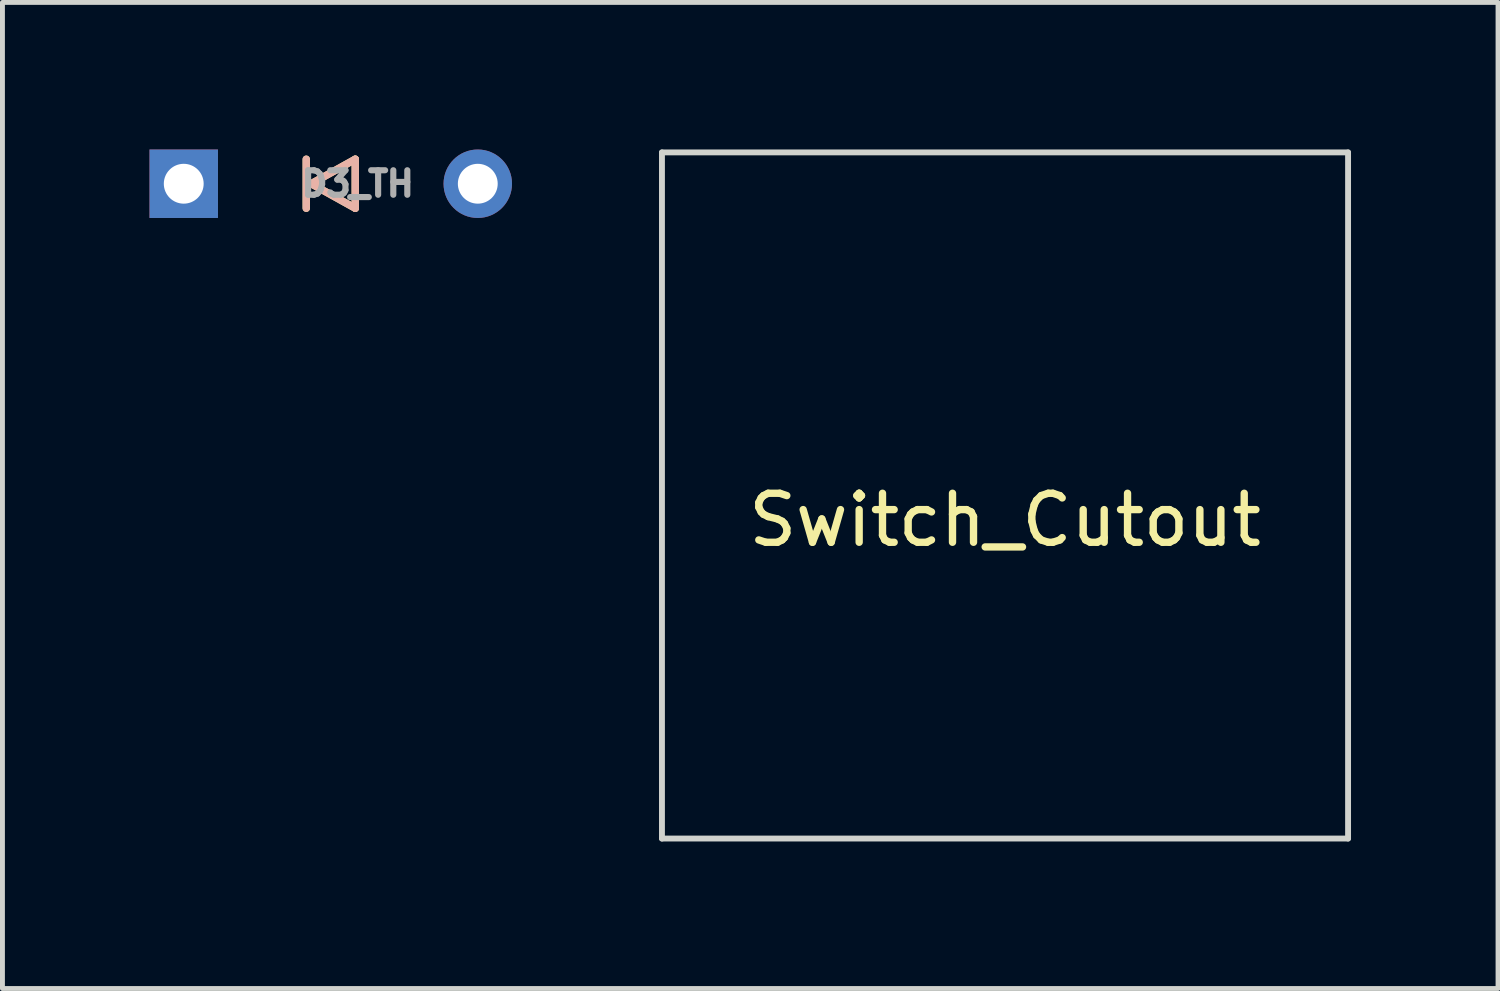
<source format=kicad_pcb>
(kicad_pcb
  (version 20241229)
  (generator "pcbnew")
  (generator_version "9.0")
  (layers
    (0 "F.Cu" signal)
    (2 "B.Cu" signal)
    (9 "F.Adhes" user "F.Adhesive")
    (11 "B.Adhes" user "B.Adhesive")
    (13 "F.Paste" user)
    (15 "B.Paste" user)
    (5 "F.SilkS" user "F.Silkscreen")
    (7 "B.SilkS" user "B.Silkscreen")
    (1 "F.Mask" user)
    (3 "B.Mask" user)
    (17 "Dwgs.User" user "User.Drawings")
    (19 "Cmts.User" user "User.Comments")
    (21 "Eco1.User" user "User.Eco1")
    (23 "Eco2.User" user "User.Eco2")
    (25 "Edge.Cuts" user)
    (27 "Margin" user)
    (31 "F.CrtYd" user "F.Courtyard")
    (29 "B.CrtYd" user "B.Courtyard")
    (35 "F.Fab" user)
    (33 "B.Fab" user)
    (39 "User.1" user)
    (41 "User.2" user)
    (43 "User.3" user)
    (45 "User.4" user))
  (footprint "D3_TH"
    (layer "F.Cu")
    (at 3.699 0.699)
    (property "Reference" "D3_TH" (at 0.55 0 0) (layer "F.Fab") (effects (font (size 0.5 0.5) (thickness 0.125))))
    (attr through_hole)
    (fp_line (start -0.5 -0.5) (end -0.5 0.5) (stroke (width 0.15) (type solid)) (layer "F.SilkS"))
    (fp_line (start -0.4 0) (end 0.5 -0.5) (stroke (width 0.15) (type solid)) (layer "F.SilkS"))
    (fp_line (start 0.5 -0.5) (end 0.5 0.5) (stroke (width 0.15) (type solid)) (layer "F.SilkS"))
    (fp_line (start 0.5 0.5) (end -0.4 0) (stroke (width 0.15) (type solid)) (layer "F.SilkS"))
    (fp_line (start -0.5 -0.5) (end -0.5 0.5) (stroke (width 0.15) (type solid)) (layer "B.SilkS"))
    (fp_line (start -0.4 0) (end 0.5 -0.5) (stroke (width 0.15) (type solid)) (layer "B.SilkS"))
    (fp_line (start 0.5 -0.5) (end 0.5 0.5) (stroke (width 0.15) (type solid)) (layer "B.SilkS"))
    (fp_line (start 0.5 0.5) (end -0.4 0) (stroke (width 0.15) (type solid)) (layer "B.SilkS"))
    (pad "1" thru_hole rect (at -3 0) (size 1.397 1.397) (drill 0.813) (layers "*.Cu" "*.Mask"))
    (pad "2" thru_hole circle (at 3 0) (size 1.397 1.397) (drill 0.813) (layers "*.Cu" "*.Mask")))
  (footprint "Switch_Cutout"
    (layer "F.Cu")
    (at 17.457 7.06)
    (property "Reference" "Switch_Cutout" (at 0 0.5 0) (layer "F.SilkS") (effects (font (size 1 1) (thickness 0.15))))
    (attr through_hole)
    (fp_line (start -7 -7) (end 7 -7) (stroke (width 0.12) (type solid)) (layer "Edge.Cuts"))
    (fp_line (start -7 7) (end -7 -7) (stroke (width 0.12) (type solid)) (layer "Edge.Cuts"))
    (fp_line (start 7 7) (end -7 7) (stroke (width 0.12) (type solid)) (layer "Edge.Cuts"))
    (fp_line (start 7 7) (end 7 -7) (stroke (width 0.12) (type solid)) (layer "Edge.Cuts")))
  (gr_rect
    (start -3 -3)
    (end 27.517 17.12)
    (stroke (width 0.1) (type default))
    (fill no)
    (layer "Edge.Cuts")))
</source>
